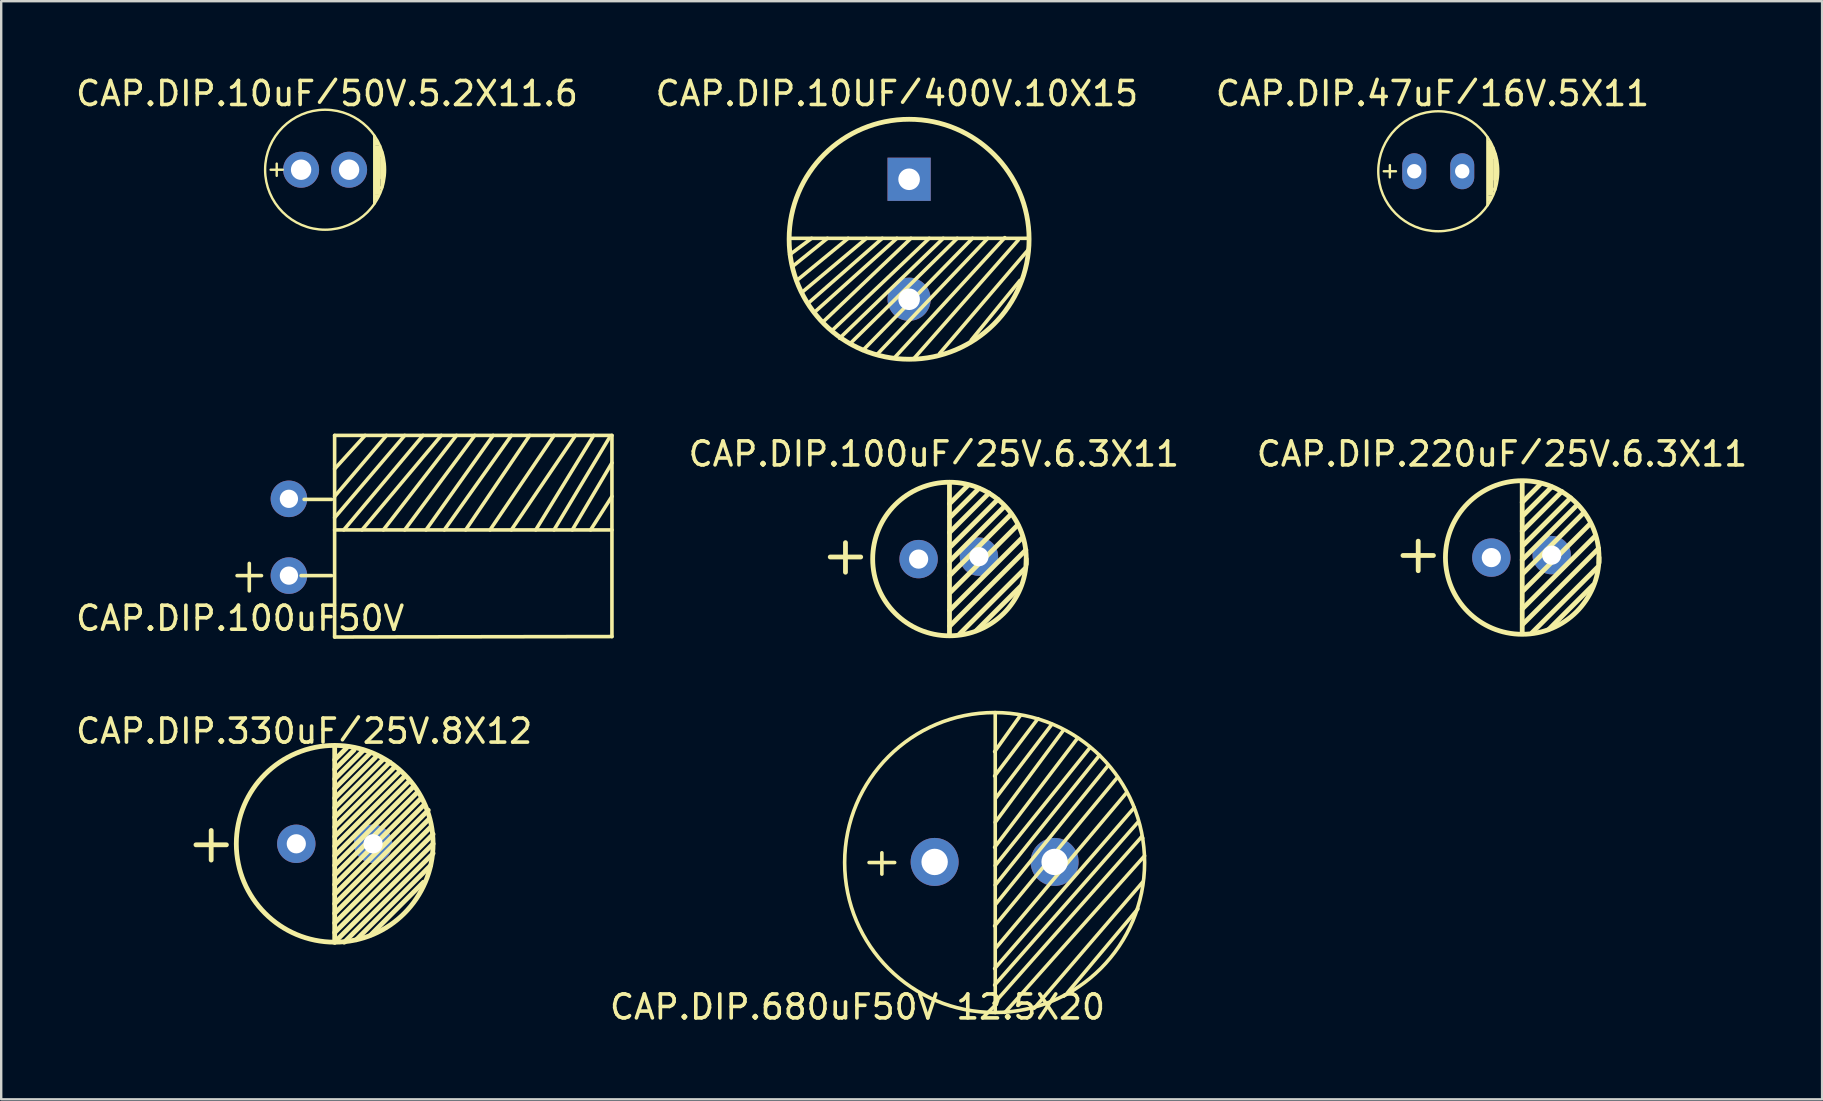
<source format=kicad_pcb>
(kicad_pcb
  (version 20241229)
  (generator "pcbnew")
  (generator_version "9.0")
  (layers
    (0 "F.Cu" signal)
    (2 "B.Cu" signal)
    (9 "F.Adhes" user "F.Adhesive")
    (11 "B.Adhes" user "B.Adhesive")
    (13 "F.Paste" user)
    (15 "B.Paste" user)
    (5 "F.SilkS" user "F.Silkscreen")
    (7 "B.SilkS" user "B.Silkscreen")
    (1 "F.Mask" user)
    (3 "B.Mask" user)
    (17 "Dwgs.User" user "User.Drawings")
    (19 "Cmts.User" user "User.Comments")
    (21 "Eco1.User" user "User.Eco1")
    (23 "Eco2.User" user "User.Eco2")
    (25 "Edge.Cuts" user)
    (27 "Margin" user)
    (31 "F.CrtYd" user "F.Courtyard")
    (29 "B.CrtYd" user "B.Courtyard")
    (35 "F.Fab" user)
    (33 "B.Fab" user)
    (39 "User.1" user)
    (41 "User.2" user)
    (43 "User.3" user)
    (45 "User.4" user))
  (footprint "CAP.DIP.100uF／25V.6.3X11"
    (layer "F.Cu")
    (at 36.324 20.631)
    (property "Reference" "CAP.DIP.100uF／25V.6.3X11" (at -0.457 -4.763 0) (layer "F.SilkS") (effects (font (size 1 1) (thickness 0.15))))
    (attr through_hole)
    (fp_line (start -4.775 -0.469) (end -3.505 -0.469) (stroke (width 0.2) (type solid)) (layer "F.SilkS"))
    (fp_line (start -4.14 0.166) (end -4.14 -1.066) (stroke (width 0.2) (type solid)) (layer "F.SilkS"))
    (fp_line (start 0.194 -2.685) (end 0.952 -3.443) (stroke (width 0.2) (type solid)) (layer "F.SilkS"))
    (fp_line (start 0.194 -1.485) (end 1.844 -3.135) (stroke (width 0.2) (type solid)) (layer "F.SilkS"))
    (fp_line (start 0.194 -2.152) (end 0.247 -2.152) (stroke (width 0.15) (type solid)) (layer "F.SilkS"))
    (fp_line (start 0.194 -0.913) (end 0.253 -0.913) (stroke (width 0.15) (type solid)) (layer "F.SilkS"))
    (fp_line (start 0.194 2.743) (end 0.194 -3.485) (stroke (width 0.2) (type solid)) (layer "F.SilkS"))
    (fp_line (start 0.194 -0.285) (end 2.482 -2.573) (stroke (width 0.2) (type solid)) (layer "F.SilkS"))
    (fp_line (start 0.198 1.758) (end 3.226 -1.27) (stroke (width 0.2) (type solid)) (layer "F.SilkS"))
    (fp_line (start 0.207 0.301) (end 2.769 -2.261) (stroke (width 0.2) (type solid)) (layer "F.SilkS"))
    (fp_line (start 0.208 2.409) (end 3.378 -0.762) (stroke (width 0.2) (type solid)) (layer "F.SilkS"))
    (fp_line (start 0.245 0.991) (end 3.044 -1.808) (stroke (width 0.2) (type solid)) (layer "F.SilkS"))
    (fp_line (start 0.247 -2.152) (end 1.422 -3.327) (stroke (width 0.2) (type solid)) (layer "F.SilkS"))
    (fp_line (start 0.253 -0.913) (end 2.21 -2.87) (stroke (width 0.2) (type solid)) (layer "F.SilkS"))
    (fp_line (start 0.61 2.743) (end 3.327 0.025) (stroke (width 0.2) (type solid)) (layer "F.SilkS"))
    (fp_line (start 1.308 2.603) (end 3.15 0.762) (stroke (width 0.2) (type solid)) (layer "F.SilkS"))
    (fp_line (start 3.394 -0.168) (end 3.394 -0.385) (stroke (width 0.2) (type solid)) (layer "F.SilkS"))
    (fp_circle (center 0.194 -0.385) (end 3.394 -0.385) (stroke (width 0.2) (type solid)) (fill no) (layer "F.SilkS"))
    (pad "1" thru_hole circle (at -1.092 -0.381 90) (size 1.6 1.6) (drill 0.8) (layers "*.Cu" "*.Mask"))
    (pad "2" thru_hole circle (at 1.422 -0.483 90) (size 1.6 1.6) (drill 0.8) (layers "*.Cu" "*.Mask")))
  (footprint "CAP.DIP.330uF／25V.8X12"
    (layer "F.Cu")
    (at 10.755 32.169)
    (property "Reference" "CAP.DIP.330uF／25V.8X12" (at -1.13 -4.75 0) (layer "F.SilkS") (effects (font (size 1 1) (thickness 0.15))))
    (attr through_hole)
    (fp_line (start -5.639 -0.012) (end -4.369 -0.012) (stroke (width 0.2) (type solid)) (layer "F.SilkS"))
    (fp_line (start -5.004 0.623) (end -5.004 -0.609) (stroke (width 0.2) (type solid)) (layer "F.SilkS"))
    (fp_line (start 0.143 -2.355) (end 1.643 -3.855) (stroke (width 0.2) (type solid)) (layer "F.SilkS"))
    (fp_line (start 0.143 -1.155) (end 2.443 -3.455) (stroke (width 0.2) (type solid)) (layer "F.SilkS"))
    (fp_line (start 0.143 -0.755) (end 2.643 -3.255) (stroke (width 0.2) (type solid)) (layer "F.SilkS"))
    (fp_line (start 0.143 0.845) (end 3.443 -2.455) (stroke (width 0.2) (type solid)) (layer "F.SilkS"))
    (fp_line (start 0.143 4.045) (end 0.143 -4.055) (stroke (width 0.2) (type solid)) (layer "F.SilkS"))
    (fp_line (start 0.143 -3.155) (end 0.943 -3.955) (stroke (width 0.2) (type solid)) (layer "F.SilkS"))
    (fp_line (start 0.143 3.245) (end 4.143 -0.755) (stroke (width 0.2) (type solid)) (layer "F.SilkS"))
    (fp_line (start 0.143 4.045) (end 4.243 -0.055) (stroke (width 0.2) (type solid)) (layer "F.SilkS"))
    (fp_line (start 0.143 -2.755) (end 1.343 -3.955) (stroke (width 0.2) (type solid)) (layer "F.SilkS"))
    (fp_line (start 0.143 -1.955) (end 1.843 -3.655) (stroke (width 0.2) (type solid)) (layer "F.SilkS"))
    (fp_line (start 0.143 -1.555) (end 2.143 -3.555) (stroke (width 0.2) (type solid)) (layer "F.SilkS"))
    (fp_line (start 0.143 -0.355) (end 2.843 -3.055) (stroke (width 0.2) (type solid)) (layer "F.SilkS"))
    (fp_line (start 0.143 0.045) (end 3.043 -2.855) (stroke (width 0.2) (type solid)) (layer "F.SilkS"))
    (fp_line (start 0.143 1.245) (end 3.543 -2.155) (stroke (width 0.2) (type solid)) (layer "F.SilkS"))
    (fp_line (start 0.143 2.445) (end 4.043 -1.455) (stroke (width 0.2) (type solid)) (layer "F.SilkS"))
    (fp_line (start 0.143 -3.555) (end 0.643 -4.055) (stroke (width 0.2) (type solid)) (layer "F.SilkS"))
    (fp_line (start 0.143 1.645) (end 3.743 -1.955) (stroke (width 0.2) (type solid)) (layer "F.SilkS"))
    (fp_line (start 0.143 2.845) (end 4.043 -1.055) (stroke (width 0.2) (type solid)) (layer "F.SilkS"))
    (fp_line (start 0.143 3.645) (end 4.243 -0.455) (stroke (width 0.2) (type solid)) (layer "F.SilkS"))
    (fp_line (start 0.143 0.445) (end 3.243 -2.655) (stroke (width 0.2) (type solid)) (layer "F.SilkS"))
    (fp_line (start 0.143 2.045) (end 3.843 -1.655) (stroke (width 0.2) (type solid)) (layer "F.SilkS"))
    (fp_line (start 0.543 4.045) (end 4.243 0.345) (stroke (width 0.2) (type solid)) (layer "F.SilkS"))
    (fp_line (start 1.043 3.945) (end 4.143 0.845) (stroke (width 0.2) (type solid)) (layer "F.SilkS"))
    (fp_line (start 1.643 3.745) (end 3.843 1.545) (stroke (width 0.2) (type solid)) (layer "F.SilkS"))
    (fp_circle (center 0.143 -0.055) (end 4.243 -0.055) (stroke (width 0.2) (type solid)) (fill no) (layer "F.SilkS"))
    (pad "1" thru_hole circle (at -1.457 -0.055 90) (size 1.6 1.6) (drill 0.8) (layers "*.Cu" "*.Mask"))
    (pad "2" thru_hole circle (at 1.743 -0.055 90) (size 1.6 1.6) (drill 0.8) (layers "*.Cu" "*.Mask")))
  (footprint "CAP.DIP.47uF／16V.5X11"
    (layer "F.Cu")
    (at 56.903 4.011)
    (property "Reference" "CAP.DIP.47uF／16V.5X11" (at -0.254 -3.162 0) (layer "F.SilkS") (effects (font (size 1 1) (thickness 0.15))))
    (attr through_hole)
    (fp_line (start -2.286 0.076) (end -1.778 0.076) (stroke (width 0.1) (type solid)) (layer "F.SilkS"))
    (fp_line (start -2.032 0.33) (end -2.032 -0.178) (stroke (width 0.1) (type solid)) (layer "F.SilkS"))
    (fp_line (start 2.032 1.503) (end 2.032 -1.35) (stroke (width 0.1) (type solid)) (layer "F.SilkS"))
    (fp_circle (center -0.016 0.076) (end 2.484 0.076) (stroke (width 0.1) (type solid)) (fill no) (layer "F.SilkS"))
    (fp_poly (pts (xy 2.032 -0.94) (xy 2.234 -0.94) (xy 2.234 -1.096) (xy 2.032 -1.096)) (stroke (width 0) (type solid)) (fill yes) (layer "F.SilkS"))
    (fp_poly (pts (xy 2.032 -0.94) (xy 2.194 -0.94) (xy 2.194 -1.194) (xy 2.032 -1.194)) (stroke (width 0) (type solid)) (fill yes) (layer "F.SilkS"))
    (fp_poly (pts (xy 2.032 1.346) (xy 2.164 1.346) (xy 2.164 1.091) (xy 2.032 1.091)) (stroke (width 0) (type solid)) (fill yes) (layer "F.SilkS"))
    (fp_poly (pts (xy 2.032 1.092) (xy 2.286 1.092) (xy 2.286 -0.94) (xy 2.032 -0.94)) (stroke (width 0) (type solid)) (fill yes) (layer "F.SilkS"))
    (fp_poly (pts (xy 2.073 0.891) (xy 2.401 0.891) (xy 2.401 0.764) (xy 2.073 0.764)) (stroke (width 0) (type solid)) (fill yes) (layer "F.SilkS"))
    (fp_poly (pts (xy 2.131 1.219) (xy 2.261 1.219) (xy 2.261 1.092) (xy 2.131 1.092)) (stroke (width 0) (type solid)) (fill yes) (layer "F.SilkS"))
    (fp_poly (pts (xy 2.234 -0.432) (xy 2.324 -0.432) (xy 2.324 -0.94) (xy 2.234 -0.94)) (stroke (width 0) (type solid)) (fill yes) (layer "F.SilkS"))
    (fp_poly (pts (xy 2.281 0.457) (xy 2.481 0.457) (xy 2.481 -0.424) (xy 2.281 -0.424)) (stroke (width 0) (type solid)) (fill yes) (layer "F.SilkS"))
    (fp_poly (pts (xy 2.286 0.838) (xy 2.413 0.838) (xy 2.413 -0.686) (xy 2.286 -0.686)) (stroke (width 0) (type solid)) (fill yes) (layer "F.SilkS"))
    (pad "1" thru_hole oval (at -1.016 0.076) (size 1 1.5) (drill 0.6) (layers "*.Cu" "*.Mask"))
    (pad "2" thru_hole oval (at 0.984 0.076) (size 1 1.5) (drill 0.6) (layers "*.Cu" "*.Mask")))
  (footprint "CAP.DIP.10uF／50V.5.2X11.6"
    (layer "F.Cu")
    (at 10.641 3.947)
    (property "Reference" "CAP.DIP.10uF／50V.5.2X11.6" (at -0.064 -3.099 0) (layer "F.SilkS") (effects (font (size 1 1) (thickness 0.15))))
    (attr through_hole)
    (fp_line (start -2.413 0.076) (end -1.905 0.076) (stroke (width 0.1) (type solid)) (layer "F.SilkS"))
    (fp_line (start -2.159 0.33) (end -2.159 -0.178) (stroke (width 0.1) (type solid)) (layer "F.SilkS"))
    (fp_line (start 1.905 1.503) (end 1.905 -1.35) (stroke (width 0.1) (type solid)) (layer "F.SilkS"))
    (fp_circle (center -0.143 0.076) (end 2.357 0.076) (stroke (width 0.1) (type solid)) (fill no) (layer "F.SilkS"))
    (fp_poly (pts (xy 1.905 -0.94) (xy 2.107 -0.94) (xy 2.107 -1.096) (xy 1.905 -1.096)) (stroke (width 0) (type solid)) (fill yes) (layer "F.SilkS"))
    (fp_poly (pts (xy 1.905 -0.94) (xy 2.067 -0.94) (xy 2.067 -1.194) (xy 1.905 -1.194)) (stroke (width 0) (type solid)) (fill yes) (layer "F.SilkS"))
    (fp_poly (pts (xy 1.905 1.346) (xy 2.037 1.346) (xy 2.037 1.091) (xy 1.905 1.091)) (stroke (width 0) (type solid)) (fill yes) (layer "F.SilkS"))
    (fp_poly (pts (xy 1.905 1.092) (xy 2.159 1.092) (xy 2.159 -0.94) (xy 1.905 -0.94)) (stroke (width 0) (type solid)) (fill yes) (layer "F.SilkS"))
    (fp_poly (pts (xy 1.946 0.891) (xy 2.274 0.891) (xy 2.274 0.764) (xy 1.946 0.764)) (stroke (width 0) (type solid)) (fill yes) (layer "F.SilkS"))
    (fp_poly (pts (xy 2.004 1.219) (xy 2.134 1.219) (xy 2.134 1.092) (xy 2.004 1.092)) (stroke (width 0) (type solid)) (fill yes) (layer "F.SilkS"))
    (fp_poly (pts (xy 2.107 -0.432) (xy 2.197 -0.432) (xy 2.197 -0.94) (xy 2.107 -0.94)) (stroke (width 0) (type solid)) (fill yes) (layer "F.SilkS"))
    (fp_poly (pts (xy 2.154 0.457) (xy 2.354 0.457) (xy 2.354 -0.424) (xy 2.154 -0.424)) (stroke (width 0) (type solid)) (fill yes) (layer "F.SilkS"))
    (fp_poly (pts (xy 2.159 0.838) (xy 2.286 0.838) (xy 2.286 -0.686) (xy 2.159 -0.686)) (stroke (width 0) (type solid)) (fill yes) (layer "F.SilkS"))
    (pad "1" thru_hole circle (at -1.143 0.076) (size 1.5 1.5) (drill 0.85) (layers "*.Cu" "*.Mask"))
    (pad "2" thru_hole circle (at 0.857 0.076) (size 1.5 1.5) (drill 0.85) (layers "*.Cu" "*.Mask")))
  (footprint "CAP.DIP.220uF／25V.6.3X11"
    (layer "F.Cu")
    (at 60.345 20.136)
    (property "Reference" "CAP.DIP.220uF／25V.6.3X11" (at -0.8 -4.267 0) (layer "F.SilkS") (effects (font (size 1 1) (thickness 0.15))))
    (attr through_hole)
    (fp_line (start -4.928 -0.037) (end -3.658 -0.037) (stroke (width 0.2) (type solid)) (layer "F.SilkS"))
    (fp_line (start -4.293 0.598) (end -4.293 -0.634) (stroke (width 0.2) (type solid)) (layer "F.SilkS"))
    (fp_line (start 0.042 -2.253) (end 0.799 -3.011) (stroke (width 0.2) (type solid)) (layer "F.SilkS"))
    (fp_line (start 0.042 -1.053) (end 1.691 -2.703) (stroke (width 0.2) (type solid)) (layer "F.SilkS"))
    (fp_line (start 0.042 -1.72) (end 0.095 -1.72) (stroke (width 0.15) (type solid)) (layer "F.SilkS"))
    (fp_line (start 0.042 -0.481) (end 0.1 -0.481) (stroke (width 0.15) (type solid)) (layer "F.SilkS"))
    (fp_line (start 0.042 3.175) (end 0.042 -3.053) (stroke (width 0.2) (type solid)) (layer "F.SilkS"))
    (fp_line (start 0.042 0.147) (end 2.329 -2.141) (stroke (width 0.2) (type solid)) (layer "F.SilkS"))
    (fp_line (start 0.046 2.19) (end 3.073 -0.838) (stroke (width 0.2) (type solid)) (layer "F.SilkS"))
    (fp_line (start 0.054 0.733) (end 2.616 -1.829) (stroke (width 0.2) (type solid)) (layer "F.SilkS"))
    (fp_line (start 0.055 2.84) (end 3.226 -0.33) (stroke (width 0.2) (type solid)) (layer "F.SilkS"))
    (fp_line (start 0.092 1.423) (end 2.891 -1.376) (stroke (width 0.2) (type solid)) (layer "F.SilkS"))
    (fp_line (start 0.095 -1.72) (end 1.27 -2.896) (stroke (width 0.2) (type solid)) (layer "F.SilkS"))
    (fp_line (start 0.1 -0.481) (end 2.057 -2.438) (stroke (width 0.2) (type solid)) (layer "F.SilkS"))
    (fp_line (start 0.457 3.175) (end 3.175 0.457) (stroke (width 0.2) (type solid)) (layer "F.SilkS"))
    (fp_line (start 1.156 3.035) (end 2.997 1.194) (stroke (width 0.2) (type solid)) (layer "F.SilkS"))
    (fp_line (start 3.242 0.264) (end 3.242 0.047) (stroke (width 0.2) (type solid)) (layer "F.SilkS"))
    (fp_circle (center 0.042 0.047) (end 3.242 0.047) (stroke (width 0.2) (type solid)) (fill no) (layer "F.SilkS"))
    (pad "1" thru_hole circle (at -1.245 0.051 90) (size 1.6 1.6) (drill 0.8) (layers "*.Cu" "*.Mask"))
    (pad "2" thru_hole circle (at 1.27 -0.051 90) (size 1.6 1.6) (drill 0.8) (layers "*.Cu" "*.Mask")))
  (footprint "CAP.DIP.680uF50V 12.5X20"
    (layer "F.Cu")
    (at 38.4 32.87)
    (property "Reference" "CAP.DIP.680uF50V 12.5X20" (at -5.715 6.045 0) (layer "F.SilkS") (effects (font (size 1 1) (thickness 0.15))))
    (attr through_hole)
    (fp_line (start -5.232 0.025) (end -4.166 0.025) (stroke (width 0.15) (type solid)) (layer "F.SilkS"))
    (fp_line (start -4.699 -0.381) (end -4.699 0.508) (stroke (width 0.15) (type solid)) (layer "F.SilkS"))
    (fp_line (start -0.025 5.893) (end 6.121 -1.041) (stroke (width 0.15) (type solid)) (layer "F.SilkS"))
    (fp_line (start 0 -4.597) (end 1.067 -6.096) (stroke (width 0.15) (type solid)) (layer "F.SilkS"))
    (fp_line (start 0 -3.581) (end 1.803 -5.969) (stroke (width 0.15) (type solid)) (layer "F.SilkS"))
    (fp_line (start 0 -0.61) (end 3.454 -5.156) (stroke (width 0.15) (type solid)) (layer "F.SilkS"))
    (fp_line (start 0 2.667) (end 5.08 -3.48) (stroke (width 0.15) (type solid)) (layer "F.SilkS"))
    (fp_line (start 0 4.445) (end 5.817 -2.261) (stroke (width 0.15) (type solid)) (layer "F.SilkS"))
    (fp_line (start 0 5.131) (end 5.969 -1.651) (stroke (width 0.15) (type solid)) (layer "F.SilkS"))
    (fp_line (start 0.025 -6.223) (end 0.025 6.274) (stroke (width 0.15) (type solid)) (layer "F.SilkS"))
    (fp_line (start 0.025 -1.651) (end 2.845 -5.461) (stroke (width 0.15) (type solid)) (layer "F.SilkS"))
    (fp_line (start 0.025 0.152) (end 3.962 -4.75) (stroke (width 0.15) (type solid)) (layer "F.SilkS"))
    (fp_line (start 0.025 0.965) (end 4.369 -4.445) (stroke (width 0.15) (type solid)) (layer "F.SilkS"))
    (fp_line (start 0.051 -2.667) (end 2.388 -5.74) (stroke (width 0.15) (type solid)) (layer "F.SilkS"))
    (fp_line (start 0.051 1.753) (end 4.724 -4.013) (stroke (width 0.15) (type solid)) (layer "F.SilkS"))
    (fp_line (start 0.051 3.581) (end 5.486 -2.87) (stroke (width 0.15) (type solid)) (layer "F.SilkS"))
    (fp_line (start 0.432 6.274) (end 6.248 -0.254) (stroke (width 0.15) (type solid)) (layer "F.SilkS"))
    (fp_line (start 1.651 6.096) (end 6.172 0.838) (stroke (width 0.15) (type solid)) (layer "F.SilkS"))
    (fp_line (start 3.048 5.436) (end 5.969 1.956) (stroke (width 0.15) (type solid)) (layer "F.SilkS"))
    (fp_line (start 6.121 -1.041) (end 6.172 -0.991) (stroke (width 0.15) (type solid)) (layer "F.SilkS"))
    (fp_circle (center 0 0.025) (end 6.25 0.025) (stroke (width 0.15) (type solid)) (fill no) (layer "F.SilkS"))
    (pad "1" thru_hole circle (at -2.5 0 90) (size 2 2) (drill 1.1) (layers "*.Cu" "*.Mask"))
    (pad "2" thru_hole circle (at 2.5 0 90) (size 2 2) (drill 1.1) (layers "*.Cu" "*.Mask")))
  (footprint "CAP.DIP.10UF／400V.10X15"
    (layer "F.Cu")
    (at 34.391 6.69)
    (property "Reference" "CAP.DIP.10UF／400V.10X15" (at -0.064 -5.842 0) (layer "F.SilkS") (effects (font (size 1 1) (thickness 0.15))))
    (attr through_hole)
    (fp_line (start -4.534 0.876) (end -3.619 0.191) (stroke (width 0.15) (type solid)) (layer "F.SilkS"))
    (fp_line (start -4.407 1.359) (end -2.959 0.191) (stroke (width 0.15) (type solid)) (layer "F.SilkS"))
    (fp_line (start -4.229 1.943) (end -2.095 0.191) (stroke (width 0.15) (type solid)) (layer "F.SilkS"))
    (fp_line (start -4 2.426) (end -1.333 0.191) (stroke (width 0.15) (type solid)) (layer "F.SilkS"))
    (fp_line (start -3.747 2.883) (end -0.673 0.191) (stroke (width 0.15) (type solid)) (layer "F.SilkS"))
    (fp_line (start -3.518 3.289) (end -0.064 0.191) (stroke (width 0.15) (type solid)) (layer "F.SilkS"))
    (fp_line (start -3.137 3.67) (end 0.521 0.191) (stroke (width 0.15) (type solid)) (layer "F.SilkS"))
    (fp_line (start -2.756 4.026) (end 1.283 0.191) (stroke (width 0.15) (type solid)) (layer "F.SilkS"))
    (fp_line (start -2.451 4.356) (end 1.867 0.191) (stroke (width 0.15) (type solid)) (layer "F.SilkS"))
    (fp_line (start -2.019 4.585) (end 2.451 0.191) (stroke (width 0.15) (type solid)) (layer "F.SilkS"))
    (fp_line (start -1.486 4.864) (end 3.086 0.191) (stroke (width 0.15) (type solid)) (layer "F.SilkS"))
    (fp_line (start -0.902 5.042) (end 3.721 0.191) (stroke (width 0.15) (type solid)) (layer "F.SilkS"))
    (fp_line (start -0.165 5.169) (end 4.432 0.165) (stroke (width 0.15) (type solid)) (layer "F.SilkS"))
    (fp_line (start 0.625 5.225) (end 4.991 0.267) (stroke (width 0.15) (type solid)) (layer "F.SilkS"))
    (fp_line (start 1.714 4.991) (end 5.448 0.622) (stroke (width 0.15) (type solid)) (layer "F.SilkS"))
    (fp_line (start 3.035 4.432) (end 5.067 1.943) (stroke (width 0.15) (type solid)) (layer "F.SilkS"))
    (fp_line (start 5.448 0.191) (end -4.559 0.191) (stroke (width 0.15) (type solid)) (layer "F.SilkS"))
    (fp_circle (center 0.445 0.231) (end 0.445 -4.769) (stroke (width 0.2) (type solid)) (fill no) (layer "F.SilkS"))
    (pad "1" thru_hole rect (at 0.445 -2.269 90) (size 1.8 1.8) (drill 0.9) (layers "*.Cu" "*.Mask"))
    (pad "2" thru_hole circle (at 0.445 2.731 90) (size 1.8 1.8) (drill 0.9) (layers "*.Cu" "*.Mask")))
  (footprint "CAP.DIP.100uF50V"
    (layer "F.Cu")
    (at 8.99 20.938)
    (property "Reference" "CAP.DIP.100uF50V" (at -2.032 1.778 0) (layer "F.SilkS") (effects (font (size 1 1) (thickness 0.15))))
    (attr through_hole)
    (fp_line (start -2.159 0) (end -1.143 0) (stroke (width 0.15) (type solid)) (layer "F.SilkS"))
    (fp_line (start -1.651 -0.508) (end -1.651 0.635) (stroke (width 0.15) (type solid)) (layer "F.SilkS"))
    (fp_line (start 0.508 0) (end 1.778 0) (stroke (width 0.15) (type solid)) (layer "F.SilkS"))
    (fp_line (start 0.635 -3.175) (end 1.778 -3.175) (stroke (width 0.15) (type solid)) (layer "F.SilkS"))
    (fp_line (start 1.905 -5.842) (end 1.905 2.558) (stroke (width 0.15) (type solid)) (layer "F.SilkS"))
    (fp_line (start 1.905 -5.842) (end 13.462 -5.842) (stroke (width 0.15) (type solid)) (layer "F.SilkS"))
    (fp_line (start 1.905 -1.905) (end 13.462 -1.905) (stroke (width 0.15) (type solid)) (layer "F.SilkS"))
    (fp_line (start 1.905 2.558) (end 13.462 2.54) (stroke (width 0.15) (type solid)) (layer "F.SilkS"))
    (fp_line (start 3.175 -5.842) (end 1.905 -4.445) (stroke (width 0.15) (type solid)) (layer "F.SilkS"))
    (fp_line (start 4.064 -5.842) (end 1.905 -3.302) (stroke (width 0.15) (type solid)) (layer "F.SilkS"))
    (fp_line (start 4.826 -5.842) (end 1.905 -2.413) (stroke (width 0.15) (type solid)) (layer "F.SilkS"))
    (fp_line (start 5.588 -5.842) (end 2.286 -1.905) (stroke (width 0.15) (type solid)) (layer "F.SilkS"))
    (fp_line (start 6.35 -5.842) (end 3.048 -1.905) (stroke (width 0.15) (type solid)) (layer "F.SilkS"))
    (fp_line (start 6.985 -5.842) (end 3.937 -1.905) (stroke (width 0.15) (type solid)) (layer "F.SilkS"))
    (fp_line (start 7.747 -5.842) (end 4.826 -1.905) (stroke (width 0.15) (type solid)) (layer "F.SilkS"))
    (fp_line (start 8.509 -5.842) (end 5.715 -1.905) (stroke (width 0.15) (type solid)) (layer "F.SilkS"))
    (fp_line (start 9.271 -5.842) (end 6.477 -1.905) (stroke (width 0.15) (type solid)) (layer "F.SilkS"))
    (fp_line (start 10.033 -5.842) (end 7.366 -1.905) (stroke (width 0.15) (type solid)) (layer "F.SilkS"))
    (fp_line (start 11.049 -5.842) (end 8.382 -1.905) (stroke (width 0.15) (type solid)) (layer "F.SilkS"))
    (fp_line (start 11.938 -5.842) (end 9.271 -1.905) (stroke (width 0.15) (type solid)) (layer "F.SilkS"))
    (fp_line (start 12.7 -5.842) (end 10.287 -1.905) (stroke (width 0.15) (type solid)) (layer "F.SilkS"))
    (fp_line (start 13.335 -5.715) (end 11.049 -1.905) (stroke (width 0.15) (type solid)) (layer "F.SilkS"))
    (fp_line (start 13.462 -4.699) (end 11.811 -1.905) (stroke (width 0.15) (type solid)) (layer "F.SilkS"))
    (fp_line (start 13.462 -3.302) (end 12.573 -1.905) (stroke (width 0.15) (type solid)) (layer "F.SilkS"))
    (fp_line (start 13.462 2.54) (end 13.462 -5.842) (stroke (width 0.15) (type solid)) (layer "F.SilkS"))
    (pad "1" thru_hole circle (at 0 0) (size 1.524 1.524) (drill 0.762) (layers "*.Cu" "*.Mask"))
    (pad "2" thru_hole circle (at 0 -3.2) (size 1.524 1.524) (drill 0.762) (layers "*.Cu" "*.Mask")))
  (gr_rect
    (start -3 -3)
    (end 72.884 42.764)
    (stroke (width 0.1) (type default))
    (fill no)
    (layer "Edge.Cuts")))
</source>
